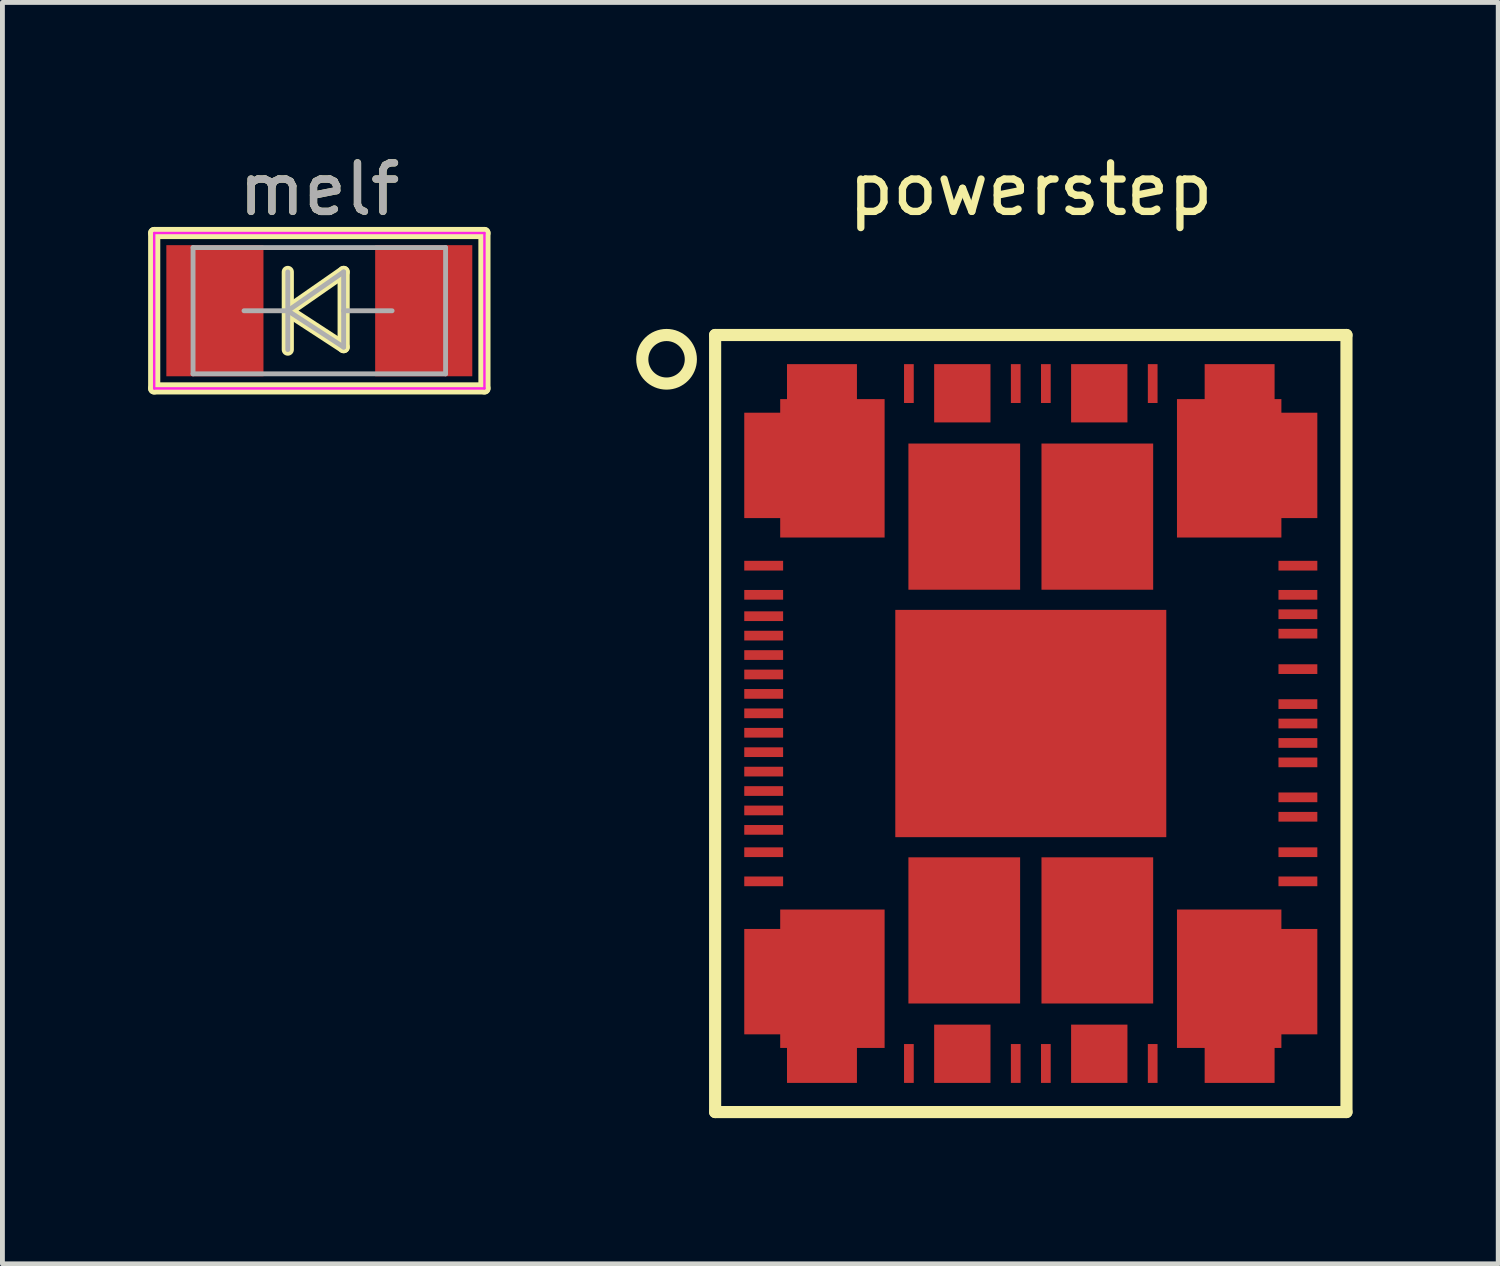
<source format=kicad_pcb>
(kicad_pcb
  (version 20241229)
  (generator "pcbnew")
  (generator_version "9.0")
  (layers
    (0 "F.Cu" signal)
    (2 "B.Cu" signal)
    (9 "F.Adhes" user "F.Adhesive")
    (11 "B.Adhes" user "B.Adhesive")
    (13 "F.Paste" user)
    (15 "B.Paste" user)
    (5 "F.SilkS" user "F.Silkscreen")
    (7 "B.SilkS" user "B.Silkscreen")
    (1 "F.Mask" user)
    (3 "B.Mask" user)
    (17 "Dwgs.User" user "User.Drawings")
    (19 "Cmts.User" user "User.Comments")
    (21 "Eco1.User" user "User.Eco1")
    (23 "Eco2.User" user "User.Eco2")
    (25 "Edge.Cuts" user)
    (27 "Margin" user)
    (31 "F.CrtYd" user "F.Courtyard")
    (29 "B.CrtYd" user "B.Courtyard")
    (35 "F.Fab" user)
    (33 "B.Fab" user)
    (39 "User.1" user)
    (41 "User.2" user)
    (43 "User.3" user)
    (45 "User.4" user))
  (footprint "melf"
    (layer "F.Cu")
    (at 3.525 3.348)
    (property "Reference" "melf" (at 0 -2.5 0) (layer "F.SilkS") (effects (font (size 1 1) (thickness 0.15))))
    (attr smd)
    (fp_line (start -3.4 -1.6) (end 3.4 -1.6) (stroke (width 0.25) (type solid)) (layer "F.SilkS"))
    (fp_line (start -3.4 1.6) (end -3.4 -1.6) (stroke (width 0.25) (type solid)) (layer "F.SilkS"))
    (fp_line (start -0.649 -0.799) (end -0.649 0.801) (stroke (width 0.25) (type solid)) (layer "F.SilkS"))
    (fp_line (start -0.649 0.001) (end 0.501 -0.799) (stroke (width 0.25) (type solid)) (layer "F.SilkS"))
    (fp_line (start -0.649 0.001) (end 0.501 0.75) (stroke (width 0.25) (type solid)) (layer "F.SilkS"))
    (fp_line (start 0.501 0.75) (end 0.501 -0.799) (stroke (width 0.25) (type solid)) (layer "F.SilkS"))
    (fp_line (start 3.4 -1.6) (end 3.4 1.6) (stroke (width 0.25) (type solid)) (layer "F.SilkS"))
    (fp_line (start 3.4 1.6) (end -3.4 1.6) (stroke (width 0.25) (type solid)) (layer "F.SilkS"))
    (fp_line (start -3.4 -1.6) (end 3.4 -1.6) (stroke (width 0.05) (type solid)) (layer "F.CrtYd"))
    (fp_line (start -3.4 1.6) (end -3.4 -1.6) (stroke (width 0.05) (type solid)) (layer "F.CrtYd"))
    (fp_line (start 3.4 -1.6) (end 3.4 1.6) (stroke (width 0.05) (type solid)) (layer "F.CrtYd"))
    (fp_line (start 3.4 1.6) (end -3.4 1.6) (stroke (width 0.05) (type solid)) (layer "F.CrtYd"))
    (fp_line (start -2.6 -1.3) (end -2.6 1.3) (stroke (width 0.1) (type solid)) (layer "F.Fab"))
    (fp_line (start -2.6 1.3) (end 2.6 1.3) (stroke (width 0.1) (type solid)) (layer "F.Fab"))
    (fp_line (start -0.649 -0.799) (end -0.649 0.801) (stroke (width 0.1) (type solid)) (layer "F.Fab"))
    (fp_line (start -0.649 0.001) (end -1.551 0.001) (stroke (width 0.1) (type solid)) (layer "F.Fab"))
    (fp_line (start -0.649 0.001) (end 0.501 -0.799) (stroke (width 0.1) (type solid)) (layer "F.Fab"))
    (fp_line (start -0.649 0.001) (end 0.501 0.75) (stroke (width 0.1) (type solid)) (layer "F.Fab"))
    (fp_line (start 0.501 0.001) (end 1.499 0.001) (stroke (width 0.1) (type solid)) (layer "F.Fab"))
    (fp_line (start 0.501 0.75) (end 0.501 -0.799) (stroke (width 0.1) (type solid)) (layer "F.Fab"))
    (fp_line (start 2.6 -1.3) (end -2.6 -1.3) (stroke (width 0.1) (type solid)) (layer "F.Fab"))
    (fp_line (start 2.6 1.3) (end 2.6 -1.3) (stroke (width 0.1) (type solid)) (layer "F.Fab"))
    (fp_text user "${REFERENCE}" (at 0 -2.5 0) (layer "F.Fab") (effects (font (size 1 1) (thickness 0.15))))
    (pad "1" smd rect (at -2.15 0) (size 2 2.7) (layers "F.Cu" "F.Mask" "F.Paste"))
    (pad "2" smd rect (at 2.15 0) (size 2 2.7) (layers "F.Cu" "F.Mask" "F.Paste")))
  (footprint "powerstep"
    (layer "F.Cu")
    (at 18.175 11.848)
    (property "Reference" "powerstep" (at 0 -11 0) (layer "F.SilkS") (effects (font (size 1 1) (thickness 0.15))))
    (attr smd)
    (fp_line (start -6.5 -8) (end -6.5 8) (stroke (width 0.25) (type solid)) (layer "F.SilkS"))
    (fp_line (start -6.5 8) (end 6.5 8) (stroke (width 0.25) (type solid)) (layer "F.SilkS"))
    (fp_line (start 6.5 -8) (end -6.5 -8) (stroke (width 0.25) (type solid)) (layer "F.SilkS"))
    (fp_line (start 6.5 8) (end 6.5 -8) (stroke (width 0.25) (type solid)) (layer "F.SilkS"))
    (fp_circle (center -7.5 -7.5) (end -7 -7.5) (stroke (width 0.25) (type solid)) (fill no) (layer "F.SilkS"))
    (pad "7" smd rect (at -5.5 -3.25 90) (size 0.2 0.8) (layers "F.Cu" "F.Mask" "F.Paste"))
    (pad "8" smd rect (at -5.5 -2.65 90) (size 0.2 0.8) (layers "F.Cu" "F.Mask" "F.Paste"))
    (pad "9" smd rect (at -5.5 -2.21 90) (size 0.2 0.8) (layers "F.Cu" "F.Mask" "F.Paste"))
    (pad "10" smd rect (at -5.5 -1.81 90) (size 0.2 0.8) (layers "F.Cu" "F.Mask" "F.Paste"))
    (pad "11" smd rect (at -5.5 -1.41 90) (size 0.2 0.8) (layers "F.Cu" "F.Mask" "F.Paste"))
    (pad "12" smd rect (at -5.5 -1.01 90) (size 0.2 0.8) (layers "F.Cu" "F.Mask" "F.Paste"))
    (pad "13" smd rect (at -5.5 -0.61 90) (size 0.2 0.8) (layers "F.Cu" "F.Mask" "F.Paste"))
    (pad "14" smd rect (at -5.5 -0.21 90) (size 0.2 0.8) (layers "F.Cu" "F.Mask" "F.Paste"))
    (pad "15" smd rect (at -5.5 0.19 90) (size 0.2 0.8) (layers "F.Cu" "F.Mask" "F.Paste"))
    (pad "16" smd rect (at -5.5 0.59 90) (size 0.2 0.8) (layers "F.Cu" "F.Mask" "F.Paste"))
    (pad "17" smd rect (at -5.5 0.99 90) (size 0.2 0.8) (layers "F.Cu" "F.Mask" "F.Paste"))
    (pad "18" smd rect (at -5.5 1.39 90) (size 0.2 0.8) (layers "F.Cu" "F.Mask" "F.Paste"))
    (pad "19" smd rect (at -5.5 1.79 90) (size 0.2 0.8) (layers "F.Cu" "F.Mask" "F.Paste"))
    (pad "20" smd rect (at -5.5 2.19 90) (size 0.2 0.8) (layers "F.Cu" "F.Mask" "F.Paste"))
    (pad "21" smd rect (at -5.5 2.65 90) (size 0.2 0.8) (layers "F.Cu" "F.Mask" "F.Paste"))
    (pad "22" smd rect (at -5.5 3.25 90) (size 0.2 0.8) (layers "F.Cu" "F.Mask" "F.Paste"))
    (pad "32" smd custom (at -4.5 5.5) (size 1.5 1.5) (layers "F.Cu" "F.Mask" "F.Paste") (options (anchor rect)) (primitives (gr_poly (pts (xy -0.66 -1.67) (xy -0.66 -1.27) (xy -1.4 -1.27) (xy -1.4 0.9) (xy -0.66 0.9) (xy -0.66 1.18) (xy -0.52 1.18) (xy -0.52 1.9) (xy 0.92 1.9) (xy 0.92 1.18) (xy 1.49 1.18) (xy 1.49 -1.67)) (width 0) (fill yes))))
    (pad "33" smd rect (at -2.51 7 180) (size 0.2 0.8) (layers "F.Cu" "F.Mask" "F.Paste"))
    (pad "35" smd rect (at -1.41 6.8) (size 1.16 1.2) (layers "F.Cu" "F.Mask" "F.Paste"))
    (pad "37" smd rect (at -0.31 7 180) (size 0.2 0.8) (layers "F.Cu" "F.Mask" "F.Paste"))
    (pad "38" smd rect (at 0.31 7 180) (size 0.2 0.8) (layers "F.Cu" "F.Mask" "F.Paste"))
    (pad "40" smd rect (at 1.41 6.8) (size 1.16 1.2) (layers "F.Cu" "F.Mask" "F.Paste"))
    (pad "42" smd rect (at 2.51 7 180) (size 0.2 0.8) (layers "F.Cu" "F.Mask" "F.Paste"))
    (pad "43" smd custom (at 4.5 5.5 180) (size 1.5 1.5) (layers "F.Cu" "F.Mask" "F.Paste") (options (anchor rect)) (primitives (gr_poly (pts (xy -0.66 1.67) (xy -0.66 1.27) (xy -1.4 1.27) (xy -1.4 -0.9) (xy -0.66 -0.9) (xy -0.66 -1.18) (xy -0.52 -1.18) (xy -0.52 -1.9) (xy 0.92 -1.9) (xy 0.92 -1.18) (xy 1.49 -1.18) (xy 1.49 1.67)) (width 0) (fill yes))))
    (pad "53" smd rect (at 5.5 3.25 90) (size 0.2 0.8) (layers "F.Cu" "F.Mask" "F.Paste"))
    (pad "54" smd rect (at 5.5 2.65 90) (size 0.2 0.8) (layers "F.Cu" "F.Mask" "F.Paste"))
    (pad "55" smd rect (at 5.5 1.92 90) (size 0.2 0.8) (layers "F.Cu" "F.Mask" "F.Paste"))
    (pad "56" smd rect (at 5.5 1.52 90) (size 0.2 0.8) (layers "F.Cu" "F.Mask" "F.Paste"))
    (pad "57" smd rect (at 5.5 0.8 90) (size 0.2 0.8) (layers "F.Cu" "F.Mask" "F.Paste"))
    (pad "58" smd rect (at 5.5 0.4 90) (size 0.2 0.8) (layers "F.Cu" "F.Mask" "F.Paste"))
    (pad "59" smd rect (at 5.5 0 90) (size 0.2 0.8) (layers "F.Cu" "F.Mask" "F.Paste"))
    (pad "60" smd rect (at 5.5 -0.4 90) (size 0.2 0.8) (layers "F.Cu" "F.Mask" "F.Paste"))
    (pad "61" smd rect (at 5.5 -1.12 90) (size 0.2 0.8) (layers "F.Cu" "F.Mask" "F.Paste"))
    (pad "62" smd rect (at 5.5 -1.85 90) (size 0.2 0.8) (layers "F.Cu" "F.Mask" "F.Paste"))
    (pad "63" smd rect (at 5.5 -2.25 90) (size 0.2 0.8) (layers "F.Cu" "F.Mask" "F.Paste"))
    (pad "64" smd rect (at 5.5 -2.65 90) (size 0.2 0.8) (layers "F.Cu" "F.Mask" "F.Paste"))
    (pad "65" smd rect (at 5.5 -3.25 90) (size 0.2 0.8) (layers "F.Cu" "F.Mask" "F.Paste"))
    (pad "75" smd custom (at 4.5 -5.5 180) (size 1.5 1.5) (layers "F.Cu" "F.Mask" "F.Paste") (options (anchor rect)) (primitives (gr_poly (pts (xy -0.66 -1.67) (xy -0.66 -1.27) (xy -1.4 -1.27) (xy -1.4 0.9) (xy -0.66 0.9) (xy -0.66 1.18) (xy -0.52 1.18) (xy -0.52 1.9) (xy 0.92 1.9) (xy 0.92 1.18) (xy 1.49 1.18) (xy 1.49 -1.67)) (width 0) (fill yes))))
    (pad "76" smd rect (at 2.51 -7 180) (size 0.2 0.8) (layers "F.Cu" "F.Mask" "F.Paste"))
    (pad "78" smd rect (at 1.41 -6.8) (size 1.16 1.2) (layers "F.Cu" "F.Mask" "F.Paste"))
    (pad "80" smd rect (at 0.31 -7 180) (size 0.2 0.8) (layers "F.Cu" "F.Mask" "F.Paste"))
    (pad "81" smd rect (at -0.31 -7 180) (size 0.2 0.8) (layers "F.Cu" "F.Mask" "F.Paste"))
    (pad "83" smd rect (at -1.41 -6.8) (size 1.16 1.2) (layers "F.Cu" "F.Mask" "F.Paste"))
    (pad "85" smd rect (at -2.51 -7 180) (size 0.2 0.8) (layers "F.Cu" "F.Mask" "F.Paste"))
    (pad "86" smd custom (at -4.5 -5.5) (size 1.5 1.5) (layers "F.Cu" "F.Mask" "F.Paste") (options (anchor rect)) (primitives (gr_poly (pts (xy -0.66 1.67) (xy -0.66 1.27) (xy -1.4 1.27) (xy -1.4 -0.9) (xy -0.66 -0.9) (xy -0.66 -1.18) (xy -0.52 -1.18) (xy -0.52 -1.9) (xy 0.92 -1.9) (xy 0.92 -1.18) (xy 1.49 -1.18) (xy 1.49 1.67)) (width 0) (fill yes))))
    (pad "90" smd rect (at -1.37 -4.26) (size 2.3 3.01) (layers "F.Cu" "F.Mask" "F.Paste"))
    (pad "91" smd rect (at -1.37 4.26) (size 2.3 3.01) (layers "F.Cu" "F.Mask" "F.Paste"))
    (pad "92" smd rect (at 1.37 4.26) (size 2.3 3.01) (layers "F.Cu" "F.Mask" "F.Paste"))
    (pad "93" smd rect (at 0 0) (size 5.58 4.68) (layers "F.Cu" "F.Mask" "F.Paste"))
    (pad "94" smd rect (at 1.37 -4.26) (size 2.3 3.01) (layers "F.Cu" "F.Mask" "F.Paste")))
  (gr_rect
    (start -3 -3)
    (end 27.8 22.973)
    (stroke (width 0.1) (type default))
    (fill no)
    (layer "Edge.Cuts")))
</source>
